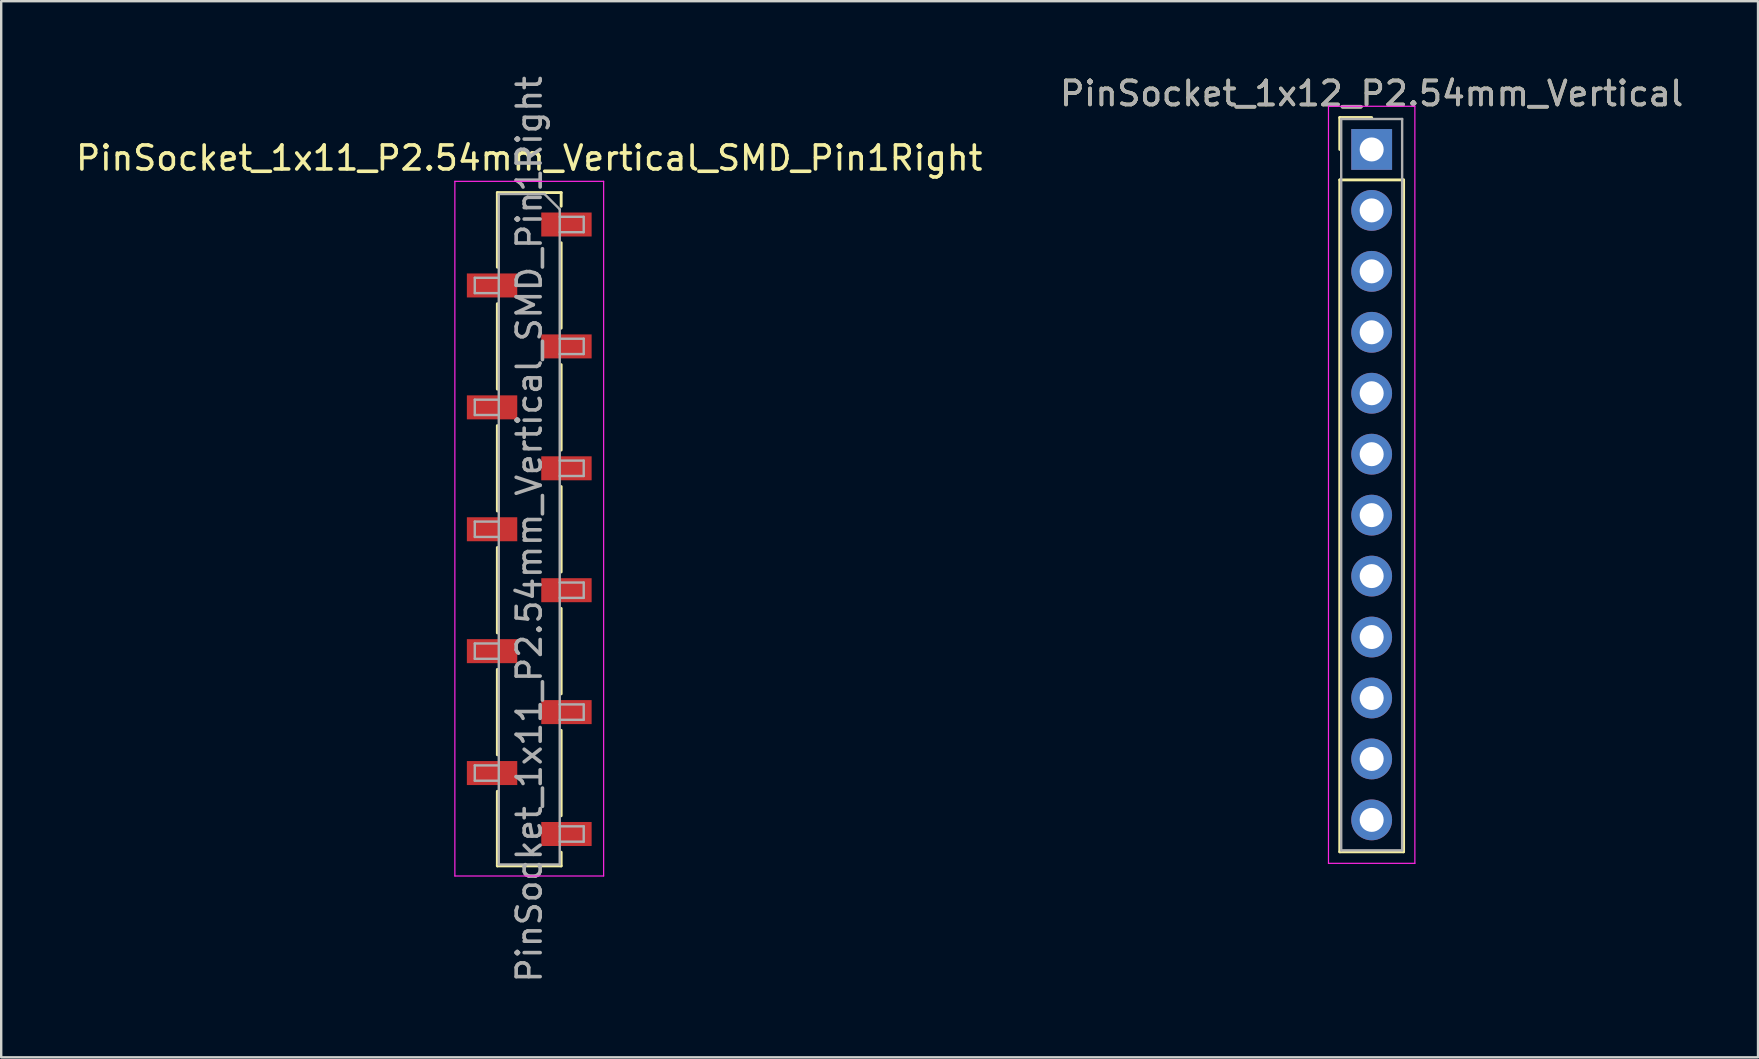
<source format=kicad_pcb>
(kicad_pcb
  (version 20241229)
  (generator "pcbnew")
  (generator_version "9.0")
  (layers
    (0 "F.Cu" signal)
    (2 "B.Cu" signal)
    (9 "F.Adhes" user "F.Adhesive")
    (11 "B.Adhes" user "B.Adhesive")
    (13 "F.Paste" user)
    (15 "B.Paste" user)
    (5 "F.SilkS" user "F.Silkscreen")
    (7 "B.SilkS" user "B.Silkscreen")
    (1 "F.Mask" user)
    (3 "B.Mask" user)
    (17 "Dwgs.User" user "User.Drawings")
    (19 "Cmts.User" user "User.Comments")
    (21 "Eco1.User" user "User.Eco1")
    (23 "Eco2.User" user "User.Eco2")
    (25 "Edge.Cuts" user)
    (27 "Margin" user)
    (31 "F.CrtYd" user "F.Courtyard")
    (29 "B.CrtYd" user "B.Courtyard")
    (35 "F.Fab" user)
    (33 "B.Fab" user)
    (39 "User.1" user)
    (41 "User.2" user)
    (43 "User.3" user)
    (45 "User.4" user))
  (footprint "PinSocket_1x12_P2.54mm_Vertical"
    (layer "F.Cu")
    (at 54.113 3.178)
    (property "Reference" "PinSocket_1x12_P2.54mm_Vertical" (at 0 -2.33 0) (layer "F.SilkS") (effects (font (size 1 1) (thickness 0.15))))
    (attr through_hole)
    (fp_line (start -1.33 -1.33) (end 0 -1.33) (stroke (width 0.12) (type solid)) (layer "F.SilkS"))
    (fp_line (start -1.33 0) (end -1.33 -1.33) (stroke (width 0.12) (type solid)) (layer "F.SilkS"))
    (fp_line (start -1.33 1.27) (end -1.33 29.27) (stroke (width 0.12) (type solid)) (layer "F.SilkS"))
    (fp_line (start -1.33 29.27) (end 1.33 29.27) (stroke (width 0.12) (type solid)) (layer "F.SilkS"))
    (fp_line (start 1.33 1.27) (end -1.33 1.27) (stroke (width 0.12) (type solid)) (layer "F.SilkS"))
    (fp_line (start 1.33 29.27) (end 1.33 1.27) (stroke (width 0.12) (type solid)) (layer "F.SilkS"))
    (fp_line (start -1.8 -1.8) (end -1.8 29.75) (stroke (width 0.05) (type solid)) (layer "F.CrtYd"))
    (fp_line (start -1.8 29.75) (end 1.8 29.75) (stroke (width 0.05) (type solid)) (layer "F.CrtYd"))
    (fp_line (start 1.8 -1.8) (end -1.8 -1.8) (stroke (width 0.05) (type solid)) (layer "F.CrtYd"))
    (fp_line (start 1.8 29.75) (end 1.8 -1.8) (stroke (width 0.05) (type solid)) (layer "F.CrtYd"))
    (fp_line (start -1.27 -1.27) (end -1.27 29.21) (stroke (width 0.1) (type solid)) (layer "F.Fab"))
    (fp_line (start -1.27 29.21) (end 1.27 29.21) (stroke (width 0.1) (type solid)) (layer "F.Fab"))
    (fp_line (start 1.27 -1.27) (end -1.27 -1.27) (stroke (width 0.1) (type solid)) (layer "F.Fab"))
    (fp_line (start 1.27 29.21) (end 1.27 -1.27) (stroke (width 0.1) (type solid)) (layer "F.Fab"))
    (fp_text user "${REFERENCE}" (at 0 -2.33 0) (layer "F.Fab") (effects (font (size 1 1) (thickness 0.15))))
    (pad "1" thru_hole rect (at 0 0) (size 1.7 1.7) (drill 1) (layers "*.Cu" "*.Mask"))
    (pad "2" thru_hole oval (at 0 2.54) (size 1.7 1.7) (drill 1) (layers "*.Cu" "*.Mask"))
    (pad "3" thru_hole oval (at 0 5.08) (size 1.7 1.7) (drill 1) (layers "*.Cu" "*.Mask"))
    (pad "4" thru_hole oval (at 0 7.62) (size 1.7 1.7) (drill 1) (layers "*.Cu" "*.Mask"))
    (pad "5" thru_hole oval (at 0 10.16) (size 1.7 1.7) (drill 1) (layers "*.Cu" "*.Mask"))
    (pad "6" thru_hole oval (at 0 12.7) (size 1.7 1.7) (drill 1) (layers "*.Cu" "*.Mask"))
    (pad "7" thru_hole oval (at 0 15.24) (size 1.7 1.7) (drill 1) (layers "*.Cu" "*.Mask"))
    (pad "8" thru_hole oval (at 0 17.78) (size 1.7 1.7) (drill 1) (layers "*.Cu" "*.Mask"))
    (pad "9" thru_hole oval (at 0 20.32) (size 1.7 1.7) (drill 1) (layers "*.Cu" "*.Mask"))
    (pad "10" thru_hole oval (at 0 22.86) (size 1.7 1.7) (drill 1) (layers "*.Cu" "*.Mask"))
    (pad "11" thru_hole oval (at 0 25.4) (size 1.7 1.7) (drill 1) (layers "*.Cu" "*.Mask"))
    (pad "12" thru_hole oval (at 0 27.94) (size 1.7 1.7) (drill 1) (layers "*.Cu" "*.Mask")))
  (footprint "PinSocket_1x11_P2.54mm_Vertical_SMD_Pin1Right"
    (layer "F.Cu")
    (at 19.006 19.006)
    (property "Reference" "PinSocket_1x11_P2.54mm_Vertical_SMD_Pin1Right" (at 0 -15.47 0) (layer "F.SilkS") (effects (font (size 1 1) (thickness 0.15))))
    (attr smd)
    (fp_line (start -1.33 -14.03) (end -1.33 -10.92) (stroke (width 0.12) (type solid)) (layer "F.SilkS"))
    (fp_line (start -1.33 -14.03) (end 1.33 -14.03) (stroke (width 0.12) (type solid)) (layer "F.SilkS"))
    (fp_line (start -1.33 -9.4) (end -1.33 -5.84) (stroke (width 0.12) (type solid)) (layer "F.SilkS"))
    (fp_line (start -1.33 -4.32) (end -1.33 -0.76) (stroke (width 0.12) (type solid)) (layer "F.SilkS"))
    (fp_line (start -1.33 0.76) (end -1.33 4.32) (stroke (width 0.12) (type solid)) (layer "F.SilkS"))
    (fp_line (start -1.33 5.84) (end -1.33 9.4) (stroke (width 0.12) (type solid)) (layer "F.SilkS"))
    (fp_line (start -1.33 10.92) (end -1.33 14.03) (stroke (width 0.12) (type solid)) (layer "F.SilkS"))
    (fp_line (start -1.33 14.03) (end 1.33 14.03) (stroke (width 0.12) (type solid)) (layer "F.SilkS"))
    (fp_line (start 1.33 -14.03) (end 1.33 -13.46) (stroke (width 0.12) (type solid)) (layer "F.SilkS"))
    (fp_line (start 1.33 -11.94) (end 1.33 -8.38) (stroke (width 0.12) (type solid)) (layer "F.SilkS"))
    (fp_line (start 1.33 -6.86) (end 1.33 -3.3) (stroke (width 0.12) (type solid)) (layer "F.SilkS"))
    (fp_line (start 1.33 -1.78) (end 1.33 1.78) (stroke (width 0.12) (type solid)) (layer "F.SilkS"))
    (fp_line (start 1.33 3.3) (end 1.33 6.86) (stroke (width 0.12) (type solid)) (layer "F.SilkS"))
    (fp_line (start 1.33 8.38) (end 1.33 11.94) (stroke (width 0.12) (type solid)) (layer "F.SilkS"))
    (fp_line (start 1.33 13.46) (end 1.33 14.03) (stroke (width 0.12) (type solid)) (layer "F.SilkS"))
    (fp_line (start -3.1 -14.5) (end 3.1 -14.5) (stroke (width 0.05) (type solid)) (layer "F.CrtYd"))
    (fp_line (start -3.1 14.45) (end -3.1 -14.5) (stroke (width 0.05) (type solid)) (layer "F.CrtYd"))
    (fp_line (start 3.1 -14.5) (end 3.1 14.45) (stroke (width 0.05) (type solid)) (layer "F.CrtYd"))
    (fp_line (start 3.1 14.45) (end -3.1 14.45) (stroke (width 0.05) (type solid)) (layer "F.CrtYd"))
    (fp_line (start -2.27 -10.48) (end -1.27 -10.48) (stroke (width 0.1) (type solid)) (layer "F.Fab"))
    (fp_line (start -2.27 -9.84) (end -2.27 -10.48) (stroke (width 0.1) (type solid)) (layer "F.Fab"))
    (fp_line (start -2.27 -5.4) (end -1.27 -5.4) (stroke (width 0.1) (type solid)) (layer "F.Fab"))
    (fp_line (start -2.27 -4.76) (end -2.27 -5.4) (stroke (width 0.1) (type solid)) (layer "F.Fab"))
    (fp_line (start -2.27 -0.32) (end -1.27 -0.32) (stroke (width 0.1) (type solid)) (layer "F.Fab"))
    (fp_line (start -2.27 0.32) (end -2.27 -0.32) (stroke (width 0.1) (type solid)) (layer "F.Fab"))
    (fp_line (start -2.27 4.76) (end -1.27 4.76) (stroke (width 0.1) (type solid)) (layer "F.Fab"))
    (fp_line (start -2.27 5.4) (end -2.27 4.76) (stroke (width 0.1) (type solid)) (layer "F.Fab"))
    (fp_line (start -2.27 9.84) (end -1.27 9.84) (stroke (width 0.1) (type solid)) (layer "F.Fab"))
    (fp_line (start -2.27 10.48) (end -2.27 9.84) (stroke (width 0.1) (type solid)) (layer "F.Fab"))
    (fp_line (start -1.27 -13.97) (end 0.635 -13.97) (stroke (width 0.1) (type solid)) (layer "F.Fab"))
    (fp_line (start -1.27 -9.84) (end -2.27 -9.84) (stroke (width 0.1) (type solid)) (layer "F.Fab"))
    (fp_line (start -1.27 -4.76) (end -2.27 -4.76) (stroke (width 0.1) (type solid)) (layer "F.Fab"))
    (fp_line (start -1.27 0.32) (end -2.27 0.32) (stroke (width 0.1) (type solid)) (layer "F.Fab"))
    (fp_line (start -1.27 5.4) (end -2.27 5.4) (stroke (width 0.1) (type solid)) (layer "F.Fab"))
    (fp_line (start -1.27 10.48) (end -2.27 10.48) (stroke (width 0.1) (type solid)) (layer "F.Fab"))
    (fp_line (start -1.27 13.97) (end -1.27 -13.97) (stroke (width 0.1) (type solid)) (layer "F.Fab"))
    (fp_line (start 0.635 -13.97) (end 1.27 -13.335) (stroke (width 0.1) (type solid)) (layer "F.Fab"))
    (fp_line (start 1.27 -13.335) (end 1.27 13.97) (stroke (width 0.1) (type solid)) (layer "F.Fab"))
    (fp_line (start 1.27 -13.02) (end 2.27 -13.02) (stroke (width 0.1) (type solid)) (layer "F.Fab"))
    (fp_line (start 1.27 -7.94) (end 2.27 -7.94) (stroke (width 0.1) (type solid)) (layer "F.Fab"))
    (fp_line (start 1.27 -2.86) (end 2.27 -2.86) (stroke (width 0.1) (type solid)) (layer "F.Fab"))
    (fp_line (start 1.27 2.22) (end 2.27 2.22) (stroke (width 0.1) (type solid)) (layer "F.Fab"))
    (fp_line (start 1.27 7.3) (end 2.27 7.3) (stroke (width 0.1) (type solid)) (layer "F.Fab"))
    (fp_line (start 1.27 12.38) (end 2.27 12.38) (stroke (width 0.1) (type solid)) (layer "F.Fab"))
    (fp_line (start 1.27 13.97) (end -1.27 13.97) (stroke (width 0.1) (type solid)) (layer "F.Fab"))
    (fp_line (start 2.27 -13.02) (end 2.27 -12.38) (stroke (width 0.1) (type solid)) (layer "F.Fab"))
    (fp_line (start 2.27 -12.38) (end 1.27 -12.38) (stroke (width 0.1) (type solid)) (layer "F.Fab"))
    (fp_line (start 2.27 -7.94) (end 2.27 -7.3) (stroke (width 0.1) (type solid)) (layer "F.Fab"))
    (fp_line (start 2.27 -7.3) (end 1.27 -7.3) (stroke (width 0.1) (type solid)) (layer "F.Fab"))
    (fp_line (start 2.27 -2.86) (end 2.27 -2.22) (stroke (width 0.1) (type solid)) (layer "F.Fab"))
    (fp_line (start 2.27 -2.22) (end 1.27 -2.22) (stroke (width 0.1) (type solid)) (layer "F.Fab"))
    (fp_line (start 2.27 2.22) (end 2.27 2.86) (stroke (width 0.1) (type solid)) (layer "F.Fab"))
    (fp_line (start 2.27 2.86) (end 1.27 2.86) (stroke (width 0.1) (type solid)) (layer "F.Fab"))
    (fp_line (start 2.27 7.3) (end 2.27 7.94) (stroke (width 0.1) (type solid)) (layer "F.Fab"))
    (fp_line (start 2.27 7.94) (end 1.27 7.94) (stroke (width 0.1) (type solid)) (layer "F.Fab"))
    (fp_line (start 2.27 12.38) (end 2.27 13.02) (stroke (width 0.1) (type solid)) (layer "F.Fab"))
    (fp_line (start 2.27 13.02) (end 1.27 13.02) (stroke (width 0.1) (type solid)) (layer "F.Fab"))
    (fp_text user "${REFERENCE}" (at 0 0 90) (layer "F.Fab") (effects (font (size 1 1) (thickness 0.15))))
    (pad "1" smd rect (at 1.55 -12.7) (size 2.1 1) (layers "F.Cu" "F.Mask" "F.Paste"))
    (pad "2" smd rect (at -1.55 -10.16) (size 2.1 1) (layers "F.Cu" "F.Mask" "F.Paste"))
    (pad "3" smd rect (at 1.55 -7.62) (size 2.1 1) (layers "F.Cu" "F.Mask" "F.Paste"))
    (pad "4" smd rect (at -1.55 -5.08) (size 2.1 1) (layers "F.Cu" "F.Mask" "F.Paste"))
    (pad "5" smd rect (at 1.55 -2.54) (size 2.1 1) (layers "F.Cu" "F.Mask" "F.Paste"))
    (pad "6" smd rect (at -1.55 0) (size 2.1 1) (layers "F.Cu" "F.Mask" "F.Paste"))
    (pad "7" smd rect (at 1.55 2.54) (size 2.1 1) (layers "F.Cu" "F.Mask" "F.Paste"))
    (pad "8" smd rect (at -1.55 5.08) (size 2.1 1) (layers "F.Cu" "F.Mask" "F.Paste"))
    (pad "9" smd rect (at 1.55 7.62) (size 2.1 1) (layers "F.Cu" "F.Mask" "F.Paste"))
    (pad "10" smd rect (at -1.55 10.16) (size 2.1 1) (layers "F.Cu" "F.Mask" "F.Paste"))
    (pad "11" smd rect (at 1.55 12.7) (size 2.1 1) (layers "F.Cu" "F.Mask" "F.Paste")))
  (gr_rect
    (start -3 -3)
    (end 70.214 41.012)
    (stroke (width 0.1) (type default))
    (fill no)
    (layer "Edge.Cuts")))
</source>
